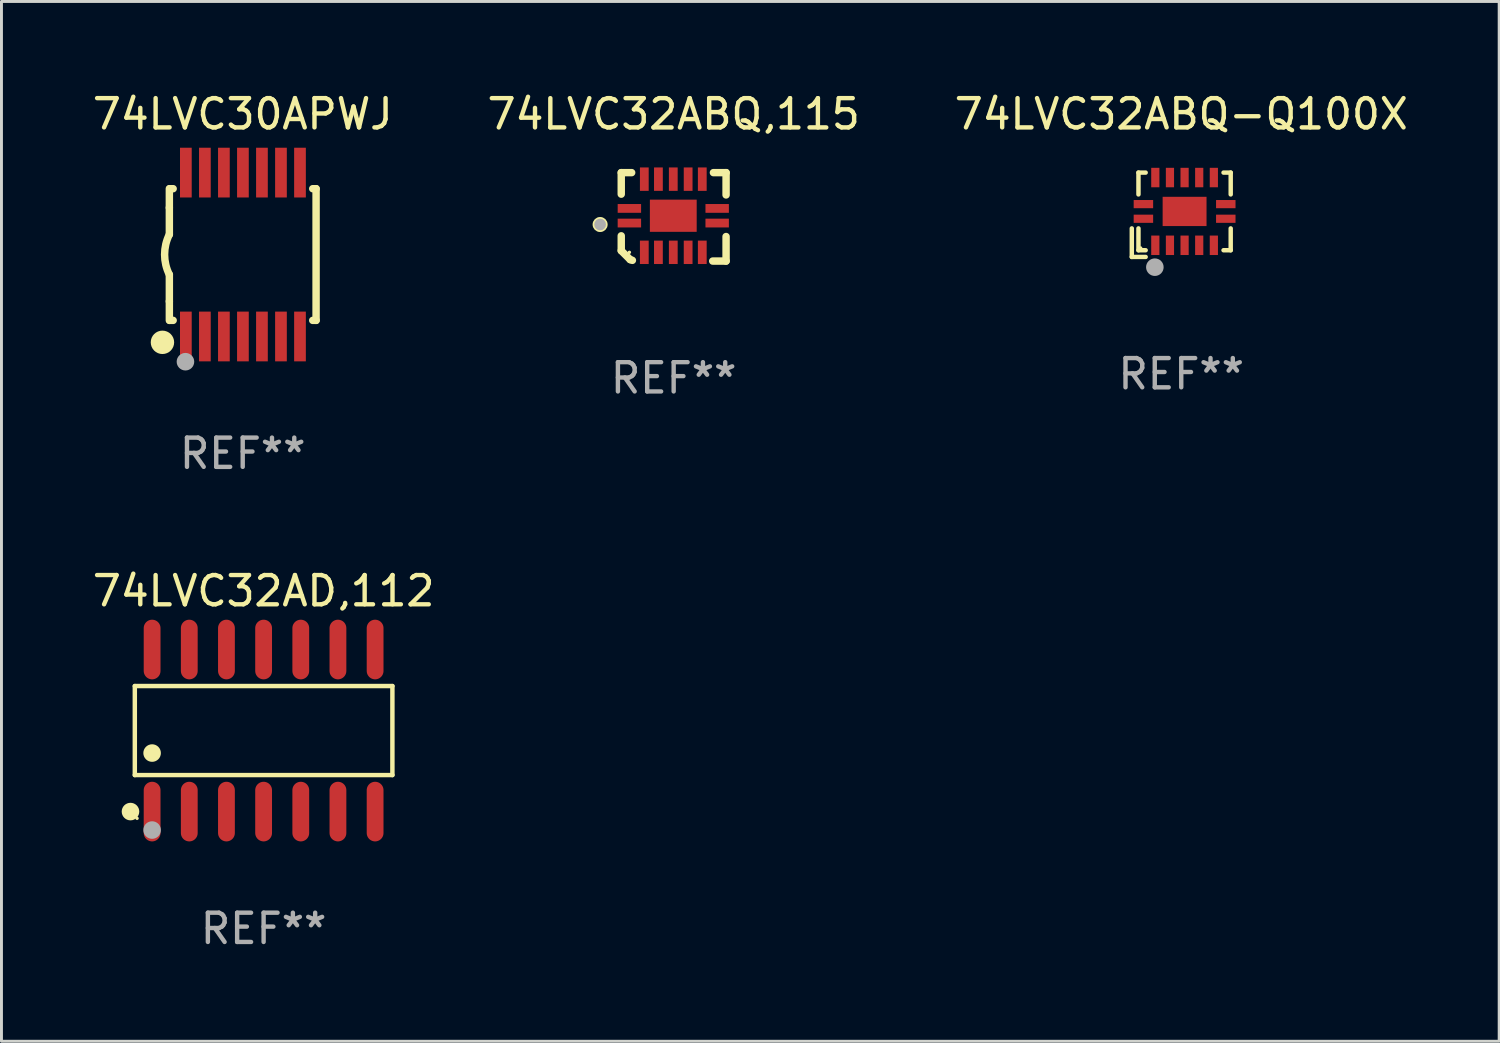
<source format=kicad_pcb>
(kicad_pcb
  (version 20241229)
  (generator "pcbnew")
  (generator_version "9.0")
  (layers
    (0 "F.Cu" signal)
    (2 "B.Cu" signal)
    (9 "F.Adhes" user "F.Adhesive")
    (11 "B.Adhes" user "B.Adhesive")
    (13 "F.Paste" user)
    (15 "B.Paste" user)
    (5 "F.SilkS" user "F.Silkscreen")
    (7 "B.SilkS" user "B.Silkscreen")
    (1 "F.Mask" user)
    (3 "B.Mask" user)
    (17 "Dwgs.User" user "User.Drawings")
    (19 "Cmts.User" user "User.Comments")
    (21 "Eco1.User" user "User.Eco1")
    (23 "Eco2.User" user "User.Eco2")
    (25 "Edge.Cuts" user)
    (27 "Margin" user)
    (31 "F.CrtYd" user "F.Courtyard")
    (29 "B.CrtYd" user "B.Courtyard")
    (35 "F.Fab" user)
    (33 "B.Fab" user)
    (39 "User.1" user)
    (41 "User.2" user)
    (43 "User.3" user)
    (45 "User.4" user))
  (footprint "74LVC30APWJ"
    (layer "F.Cu")
    (at 5.244 5.648)
    (property "Reference" "74LVC30APWJ" (at 0 -4.8 0) (layer "F.SilkS") (effects (font (size 1 1) (thickness 0.15))))
    (attr through_hole)
    (fp_line (start -2.507 -1.6) (end -2.507 -2.25) (stroke (width 0.254) (type solid)) (layer "F.SilkS"))
    (fp_line (start -2.507 -0.686) (end -2.507 -1.6) (stroke (width 0.254) (type solid)) (layer "F.SilkS"))
    (fp_line (start -2.507 1.6) (end -2.507 0.686) (stroke (width 0.254) (type solid)) (layer "F.SilkS"))
    (fp_line (start -2.507 1.6) (end -2.507 2.25) (stroke (width 0.254) (type solid)) (layer "F.SilkS"))
    (fp_line (start -2.493 -2.25) (end -2.377 -2.25) (stroke (width 0.254) (type solid)) (layer "F.SilkS"))
    (fp_line (start -2.377 2.25) (end -2.493 2.25) (stroke (width 0.254) (type solid)) (layer "F.SilkS"))
    (fp_line (start 2.392 -2.25) (end 2.507 -2.25) (stroke (width 0.254) (type solid)) (layer "F.SilkS"))
    (fp_line (start 2.507 -2.25) (end 2.507 2.25) (stroke (width 0.254) (type solid)) (layer "F.SilkS"))
    (fp_line (start 2.507 2.25) (end 2.392 2.25) (stroke (width 0.254) (type solid)) (layer "F.SilkS"))
    (fp_arc (start -2.507303 0.685802) (mid -2.669199 0) (end -2.507303 -0.685801) (stroke (width 0.254001) (type solid)) (layer "F.SilkS"))
    (fp_circle (center -2.743 3) (end -2.543 3) (stroke (width 0.4) (type solid)) (fill no) (layer "F.SilkS"))
    (fp_circle (center -2.493 3.2) (end -2.463 3.2) (stroke (width 0.06) (type solid)) (fill no) (layer "F.SilkS"))
    (fp_circle (center -1.957 3.662) (end -1.807 3.662) (stroke (width 0.3) (type solid)) (fill no) (layer "F.Fab"))
    (fp_text user "REF**" (at 0 6.8 0) (layer "F.Fab") (effects (font (size 1 1) (thickness 0.15))))
    (pad "1" smd rect (at -1.943 2.8) (size 0.4 1.7) (layers "F.Cu" "F.Mask" "F.Paste"))
    (pad "2" smd rect (at -1.293 2.8) (size 0.4 1.7) (layers "F.Cu" "F.Mask" "F.Paste"))
    (pad "3" smd rect (at -0.643 2.8) (size 0.4 1.7) (layers "F.Cu" "F.Mask" "F.Paste"))
    (pad "4" smd rect (at 0.007 2.8) (size 0.4 1.7) (layers "F.Cu" "F.Mask" "F.Paste"))
    (pad "5" smd rect (at 0.657 2.8) (size 0.4 1.7) (layers "F.Cu" "F.Mask" "F.Paste"))
    (pad "6" smd rect (at 1.307 2.8) (size 0.4 1.7) (layers "F.Cu" "F.Mask" "F.Paste"))
    (pad "7" smd rect (at 1.957 2.8) (size 0.4 1.7) (layers "F.Cu" "F.Mask" "F.Paste"))
    (pad "8" smd rect (at 1.957 -2.8) (size 0.4 1.7) (layers "F.Cu" "F.Mask" "F.Paste"))
    (pad "9" smd rect (at 1.307 -2.8) (size 0.4 1.7) (layers "F.Cu" "F.Mask" "F.Paste"))
    (pad "10" smd rect (at 0.657 -2.8) (size 0.4 1.7) (layers "F.Cu" "F.Mask" "F.Paste"))
    (pad "11" smd rect (at 0.007 -2.8) (size 0.4 1.7) (layers "F.Cu" "F.Mask" "F.Paste"))
    (pad "12" smd rect (at -0.643 -2.8) (size 0.4 1.7) (layers "F.Cu" "F.Mask" "F.Paste"))
    (pad "13" smd rect (at -1.293 -2.8) (size 0.4 1.7) (layers "F.Cu" "F.Mask" "F.Paste"))
    (pad "14" smd rect (at -1.943 -2.8) (size 0.4 1.7) (layers "F.Cu" "F.Mask" "F.Paste")))
  (footprint "74LVC32ABQ-Q100X"
    (layer "F.Cu")
    (at 37.315 4.289)
    (property "Reference" "74LVC32ABQ-Q100X" (at 0 -3.441 0) (layer "F.SilkS") (effects (font (size 1 1) (thickness 0.15))))
    (attr through_hole)
    (fp_line (start -1.69 1.441) (end -1.69 0.466) (stroke (width 0.152) (type solid)) (layer "F.SilkS"))
    (fp_line (start -1.462 -1.441) (end -1.216 -1.441) (stroke (width 0.152) (type solid)) (layer "F.SilkS"))
    (fp_line (start -1.462 -0.695) (end -1.462 -1.441) (stroke (width 0.152) (type solid)) (layer "F.SilkS"))
    (fp_line (start -1.462 0.466) (end -1.462 1.212) (stroke (width 0.152) (type solid)) (layer "F.SilkS"))
    (fp_line (start -1.462 1.212) (end -1.216 1.212) (stroke (width 0.152) (type solid)) (layer "F.SilkS"))
    (fp_line (start -1.216 1.441) (end -1.69 1.441) (stroke (width 0.152) (type solid)) (layer "F.SilkS"))
    (fp_line (start 1.69 -1.441) (end 1.445 -1.441) (stroke (width 0.152) (type solid)) (layer "F.SilkS"))
    (fp_line (start 1.69 -0.695) (end 1.69 -1.441) (stroke (width 0.152) (type solid)) (layer "F.SilkS"))
    (fp_line (start 1.69 0.466) (end 1.69 1.212) (stroke (width 0.152) (type solid)) (layer "F.SilkS"))
    (fp_line (start 1.69 1.212) (end 1.445 1.212) (stroke (width 0.152) (type solid)) (layer "F.SilkS"))
    (fp_circle (center -1.386 1.136) (end -1.356 1.136) (stroke (width 0.06) (type solid)) (fill no) (layer "F.SilkS"))
    (fp_circle (center -0.902 1.791) (end -0.752 1.791) (stroke (width 0.3) (type solid)) (fill no) (layer "F.Fab"))
    (fp_text user "REF**" (at 0 5.441 0) (layer "F.Fab") (effects (font (size 1 1) (thickness 0.15))))
    (pad "1" smd rect (at -0.886 1.043) (size 0.28 0.665) (layers "F.Cu" "F.Mask" "F.Paste"))
    (pad "2" smd rect (at -0.386 1.043) (size 0.28 0.665) (layers "F.Cu" "F.Mask" "F.Paste"))
    (pad "3" smd rect (at 0.114 1.043) (size 0.28 0.665) (layers "F.Cu" "F.Mask" "F.Paste"))
    (pad "4" smd rect (at 0.614 1.043) (size 0.28 0.665) (layers "F.Cu" "F.Mask" "F.Paste"))
    (pad "5" smd rect (at 1.114 1.043) (size 0.28 0.665) (layers "F.Cu" "F.Mask" "F.Paste"))
    (pad "6" smd rect (at 1.522 0.136) (size 0.665 0.28) (layers "F.Cu" "F.Mask" "F.Paste"))
    (pad "7" smd rect (at 1.522 -0.364) (size 0.665 0.28) (layers "F.Cu" "F.Mask" "F.Paste"))
    (pad "8" smd rect (at 1.114 -1.272) (size 0.28 0.665) (layers "F.Cu" "F.Mask" "F.Paste"))
    (pad "9" smd rect (at 0.614 -1.272) (size 0.28 0.665) (layers "F.Cu" "F.Mask" "F.Paste"))
    (pad "10" smd rect (at 0.114 -1.272) (size 0.28 0.665) (layers "F.Cu" "F.Mask" "F.Paste"))
    (pad "11" smd rect (at -0.386 -1.272) (size 0.28 0.665) (layers "F.Cu" "F.Mask" "F.Paste"))
    (pad "12" smd rect (at -0.886 -1.272) (size 0.28 0.665) (layers "F.Cu" "F.Mask" "F.Paste"))
    (pad "13" smd rect (at -1.293 -0.364) (size 0.665 0.28) (layers "F.Cu" "F.Mask" "F.Paste"))
    (pad "14" smd rect (at -1.293 0.136) (size 0.665 0.28) (layers "F.Cu" "F.Mask" "F.Paste"))
    (pad "15" smd rect (at 0.114 -0.114) (size 1.5 1) (layers "F.Cu" "F.Mask" "F.Paste")))
  (footprint "74LVC32ABQ,115"
    (layer "F.Cu")
    (at 19.97 4.36)
    (property "Reference" "74LVC32ABQ,115" (at 0 -3.511 0) (layer "F.SilkS") (effects (font (size 1 1) (thickness 0.15))))
    (attr through_hole)
    (fp_line (start -1.791 -1.511) (end -1.435 -1.511) (stroke (width 0.254) (type solid)) (layer "F.SilkS"))
    (fp_line (start -1.791 -0.775) (end -1.791 -1.511) (stroke (width 0.254) (type solid)) (layer "F.SilkS"))
    (fp_line (start -1.791 1.156) (end -1.791 0.648) (stroke (width 0.254) (type solid)) (layer "F.SilkS"))
    (fp_line (start -1.486 1.461) (end -1.791 1.156) (stroke (width 0.254) (type solid)) (layer "F.SilkS"))
    (fp_line (start -1.41 1.486) (end -1.486 1.461) (stroke (width 0.254) (type solid)) (layer "F.SilkS"))
    (fp_line (start 1.334 1.511) (end 1.791 1.511) (stroke (width 0.254) (type solid)) (layer "F.SilkS"))
    (fp_line (start 1.791 -1.511) (end 1.359 -1.511) (stroke (width 0.254) (type solid)) (layer "F.SilkS"))
    (fp_line (start 1.791 -0.749) (end 1.791 -1.511) (stroke (width 0.254) (type solid)) (layer "F.SilkS"))
    (fp_line (start 1.791 1.511) (end 1.791 0.673) (stroke (width 0.254) (type solid)) (layer "F.SilkS"))
    (fp_circle (center -2.513 0.262) (end -2.383 0.262) (stroke (width 0.254) (type solid)) (fill no) (layer "F.SilkS"))
    (fp_circle (center -1.513 1.212) (end -1.483 1.212) (stroke (width 0.06) (type solid)) (fill no) (layer "F.SilkS"))
    (fp_circle (center -2.513 0.262) (end -2.413 0.262) (stroke (width 0.2) (type solid)) (fill no) (layer "F.Fab"))
    (fp_text user "REF**" (at 0 5.511 0) (layer "F.Fab") (effects (font (size 1 1) (thickness 0.15))))
    (pad "1" smd rect (at -1.513 0.212) (size 0.8 0.3) (layers "F.Cu" "F.Mask" "F.Paste"))
    (pad "2" smd rect (at -1.003 1.212) (size 0.3 0.8) (layers "F.Cu" "F.Mask" "F.Paste"))
    (pad "3" smd rect (at -0.521 1.212) (size 0.3 0.8) (layers "F.Cu" "F.Mask" "F.Paste"))
    (pad "4" smd rect (at -0.013 1.212) (size 0.3 0.8) (layers "F.Cu" "F.Mask" "F.Paste"))
    (pad "5" smd rect (at 0.495 1.212) (size 0.3 0.8) (layers "F.Cu" "F.Mask" "F.Paste"))
    (pad "6" smd rect (at 0.978 1.212) (size 0.3 0.8) (layers "F.Cu" "F.Mask" "F.Paste"))
    (pad "7" smd rect (at 1.487 0.212) (size 0.8 0.3) (layers "F.Cu" "F.Mask" "F.Paste"))
    (pad "8" smd rect (at 1.487 -0.288) (size 0.8 0.3) (layers "F.Cu" "F.Mask" "F.Paste"))
    (pad "9" smd rect (at 0.978 -1.288) (size 0.3 0.8) (layers "F.Cu" "F.Mask" "F.Paste"))
    (pad "10" smd rect (at 0.495 -1.288) (size 0.3 0.8) (layers "F.Cu" "F.Mask" "F.Paste"))
    (pad "11" smd rect (at -0.013 -1.288) (size 0.3 0.8) (layers "F.Cu" "F.Mask" "F.Paste"))
    (pad "12" smd rect (at -0.521 -1.288) (size 0.3 0.8) (layers "F.Cu" "F.Mask" "F.Paste"))
    (pad "13" smd rect (at -1.003 -1.288) (size 0.3 0.8) (layers "F.Cu" "F.Mask" "F.Paste"))
    (pad "14" smd rect (at -1.513 -0.288) (size 0.8 0.3) (layers "F.Cu" "F.Mask" "F.Paste"))
    (pad "15" smd rect (at -0.013 -0.038 90) (size 1.1 1.6) (layers "F.Cu" "F.Mask" "F.Paste")))
  (footprint "74LVC32AD,112"
    (layer "F.Cu")
    (at 5.958 21.914)
    (property "Reference" "74LVC32AD,112" (at 0 -4.769 0) (layer "F.SilkS") (effects (font (size 1 1) (thickness 0.15))))
    (attr through_hole)
    (fp_line (start -4.401 -1.521) (end 4.401 -1.521) (stroke (width 0.152) (type solid)) (layer "F.SilkS"))
    (fp_line (start -4.401 1.521) (end -4.401 -1.521) (stroke (width 0.152) (type solid)) (layer "F.SilkS"))
    (fp_line (start 4.401 -1.521) (end 4.401 1.521) (stroke (width 0.152) (type solid)) (layer "F.SilkS"))
    (fp_line (start 4.401 1.521) (end -4.401 1.521) (stroke (width 0.152) (type solid)) (layer "F.SilkS"))
    (fp_circle (center -4.549 2.769) (end -4.399 2.769) (stroke (width 0.3) (type solid)) (fill no) (layer "F.SilkS"))
    (fp_circle (center -4.325 3) (end -4.295 3) (stroke (width 0.06) (type solid)) (fill no) (layer "F.SilkS"))
    (fp_circle (center -3.81 0.769) (end -3.66 0.769) (stroke (width 0.3) (type solid)) (fill no) (layer "F.SilkS"))
    (fp_circle (center -3.81 3.4) (end -3.66 3.4) (stroke (width 0.3) (type solid)) (fill no) (layer "F.Fab"))
    (fp_text user "REF**" (at 0 6.769 0) (layer "F.Fab") (effects (font (size 1 1) (thickness 0.15))))
    (pad "1" smd oval (at -3.81 2.769) (size 0.574 2.038) (layers "F.Cu" "F.Mask" "F.Paste"))
    (pad "2" smd oval (at -2.54 2.769) (size 0.574 2.038) (layers "F.Cu" "F.Mask" "F.Paste"))
    (pad "3" smd oval (at -1.27 2.769) (size 0.574 2.038) (layers "F.Cu" "F.Mask" "F.Paste"))
    (pad "4" smd oval (at 0 2.769) (size 0.574 2.038) (layers "F.Cu" "F.Mask" "F.Paste"))
    (pad "5" smd oval (at 1.27 2.769) (size 0.574 2.038) (layers "F.Cu" "F.Mask" "F.Paste"))
    (pad "6" smd oval (at 2.54 2.769) (size 0.574 2.038) (layers "F.Cu" "F.Mask" "F.Paste"))
    (pad "7" smd oval (at 3.81 2.769) (size 0.574 2.038) (layers "F.Cu" "F.Mask" "F.Paste"))
    (pad "8" smd oval (at 3.81 -2.769) (size 0.574 2.038) (layers "F.Cu" "F.Mask" "F.Paste"))
    (pad "9" smd oval (at 2.54 -2.769) (size 0.574 2.038) (layers "F.Cu" "F.Mask" "F.Paste"))
    (pad "10" smd oval (at 1.27 -2.769) (size 0.574 2.038) (layers "F.Cu" "F.Mask" "F.Paste"))
    (pad "11" smd oval (at 0 -2.769) (size 0.574 2.038) (layers "F.Cu" "F.Mask" "F.Paste"))
    (pad "12" smd oval (at -1.27 -2.769) (size 0.574 2.038) (layers "F.Cu" "F.Mask" "F.Paste"))
    (pad "13" smd oval (at -2.54 -2.769) (size 0.574 2.038) (layers "F.Cu" "F.Mask" "F.Paste"))
    (pad "14" smd oval (at -3.81 -2.769) (size 0.574 2.038) (layers "F.Cu" "F.Mask" "F.Paste")))
  (gr_rect
    (start -3 -3)
    (end 48.179 32.531)
    (stroke (width 0.1) (type default))
    (fill no)
    (layer "Edge.Cuts")))
</source>
